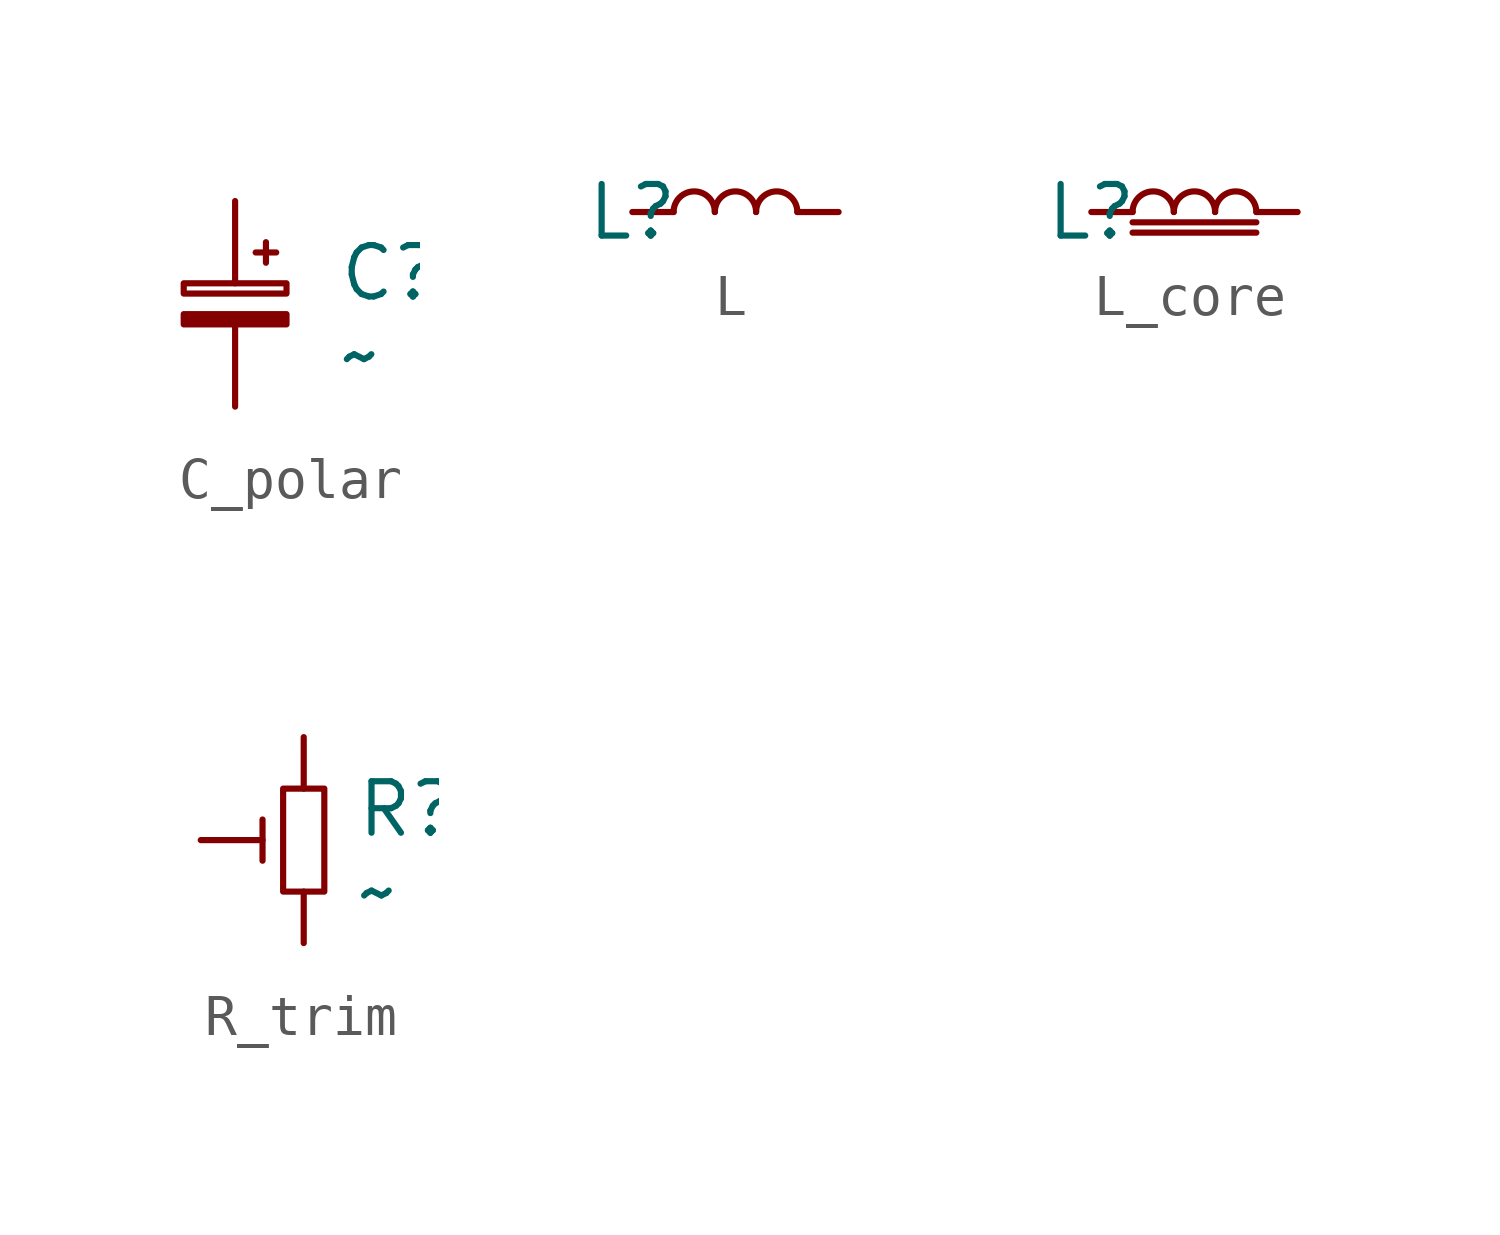
<source format=kicad_sym>
(kicad_symbol_lib
  (version 20231120)
  (generator "kicad_symbol_editor")
  (generator_version "8.0")
  (symbol "C_polar"
    (pin_numbers hide)
    (pin_names hide)
    (property "Reference" "C"
      (at 2.54 -1.778 0)
      (effects (font (size 1.27 1.27)) (justify left)))
    (property "Value" "~"
      (at 2.54 -3.81 0)
      (effects (font (size 1.27 1.27)) (justify left)))
    (symbol "C_polar_0_1"
      (rectangle (start -1.27 -2.032) (end 1.27 -2.286) (stroke (width 0) (type default)) (fill (type none)))
      (polyline (pts (xy 0.508 -1.27) (xy 1.016 -1.27)) (stroke (width 0) (type default)) (fill (type none)))
      (polyline (pts (xy 0.762 -1.524) (xy 0.762 -1.016)) (stroke (width 0) (type default)) (fill (type none))))
    (symbol "C_polar_1_1"
      (rectangle (start -1.27 -2.794) (end 1.27 -3.048) (stroke (width 0) (type default)) (fill (type outline)))
      (pin bidirectional line (at 0 0 270) (length 2.032) (name "1" (effects (font (size 1.27 1.27)))) (number "1" (effects (font (size 1.27 1.27)))))
      (pin bidirectional line (at 0 -5.08 90) (length 2.032) (name "2" (effects (font (size 1.27 1.27)))) (number "2" (effects (font (size 1.27 1.27)))))))
  (symbol "L"
    (pin_numbers hide)
    (pin_names hide)
    (property "Reference" "L"
      (at 0 0 0)
      (effects (font (size 1.27 1.27))))
    (property "Value" ""
      (at 0 0 0)
      (effects (font (size 1.27 1.27))))
    (symbol "L_0_1"
      (arc (start 2.032 0) (mid 1.524 0.508) (end 1.016 0) (stroke (width 0) (type default)) (fill (type none)))
      (arc (start 3.048 0) (mid 2.54 0.508) (end 2.032 0) (stroke (width 0) (type default)) (fill (type none)))
      (arc (start 4.064 0) (mid 3.556 0.508) (end 3.048 0) (stroke (width 0) (type default)) (fill (type none))))
    (symbol "L_1_1"
      (pin bidirectional line (at 0 0 0) (length 1.016) (name "1" (effects (font (size 1.27 1.27)))) (number "1" (effects (font (size 1.27 1.27)))))
      (pin bidirectional line (at 5.08 0 180) (length 1.016) (name "2" (effects (font (size 1.27 1.27)))) (number "2" (effects (font (size 1.27 1.27)))))))
  (symbol "L_core"
    (pin_numbers hide)
    (pin_names hide)
    (property "Reference" "L"
      (at 0 0 0)
      (effects (font (size 1.27 1.27))))
    (property "Value" ""
      (at 0 0 0)
      (effects (font (size 1.27 1.27))))
    (symbol "L_core_0_1"
      (polyline (pts (xy 1.016 -0.254) (xy 4.064 -0.254)) (stroke (width 0) (type default)) (fill (type none)))
      (polyline (pts (xy 4.064 -0.508) (xy 1.016 -0.508)) (stroke (width 0) (type default)) (fill (type none)))
      (arc (start 2.032 0) (mid 1.524 0.508) (end 1.016 0) (stroke (width 0) (type default)) (fill (type none)))
      (arc (start 3.048 0) (mid 2.54 0.508) (end 2.032 0) (stroke (width 0) (type default)) (fill (type none)))
      (arc (start 4.064 0) (mid 3.556 0.508) (end 3.048 0) (stroke (width 0) (type default)) (fill (type none))))
    (symbol "L_core_1_1"
      (pin bidirectional line (at 0 0 0) (length 1.016) (name "1" (effects (font (size 1.27 1.27)))) (number "1" (effects (font (size 1.27 1.27)))))
      (pin bidirectional line (at 5.08 0 180) (length 1.016) (name "2" (effects (font (size 1.27 1.27)))) (number "2" (effects (font (size 1.27 1.27)))))))
  (symbol "R_trim"
    (pin_numbers hide)
    (pin_names hide)
    (property "Reference" "R"
      (at 1.27 -1.778 0)
      (effects (font (size 1.27 1.27)) (justify left)))
    (property "Value" "~"
      (at 1.27 -3.81 0)
      (effects (font (size 1.27 1.27)) (justify left)))
    (symbol "R_trim_0_1"
      (rectangle (start -0.508 -1.27) (end 0.508 -3.81) (stroke (width 0) (type default)) (fill (type none)))
      (polyline (pts (xy -1.016 -2.032) (xy -1.016 -3.048)) (stroke (width 0) (type default)) (fill (type none))))
    (symbol "R_trim_1_1"
      (pin bidirectional line (at 0 0 270) (length 1.27) (name "1" (effects (font (size 1.27 1.27)))) (number "1" (effects (font (size 1.27 1.27)))))
      (pin bidirectional line (at 0 -5.08 90) (length 1.27) (name "2" (effects (font (size 1.27 1.27)))) (number "2" (effects (font (size 1.27 1.27)))))
      (pin bidirectional line (at -2.54 -2.54 0) (length 1.524) (name "3" (effects (font (size 1.27 1.27)))) (number "3" (effects (font (size 1.27 1.27))))))))
</source>
